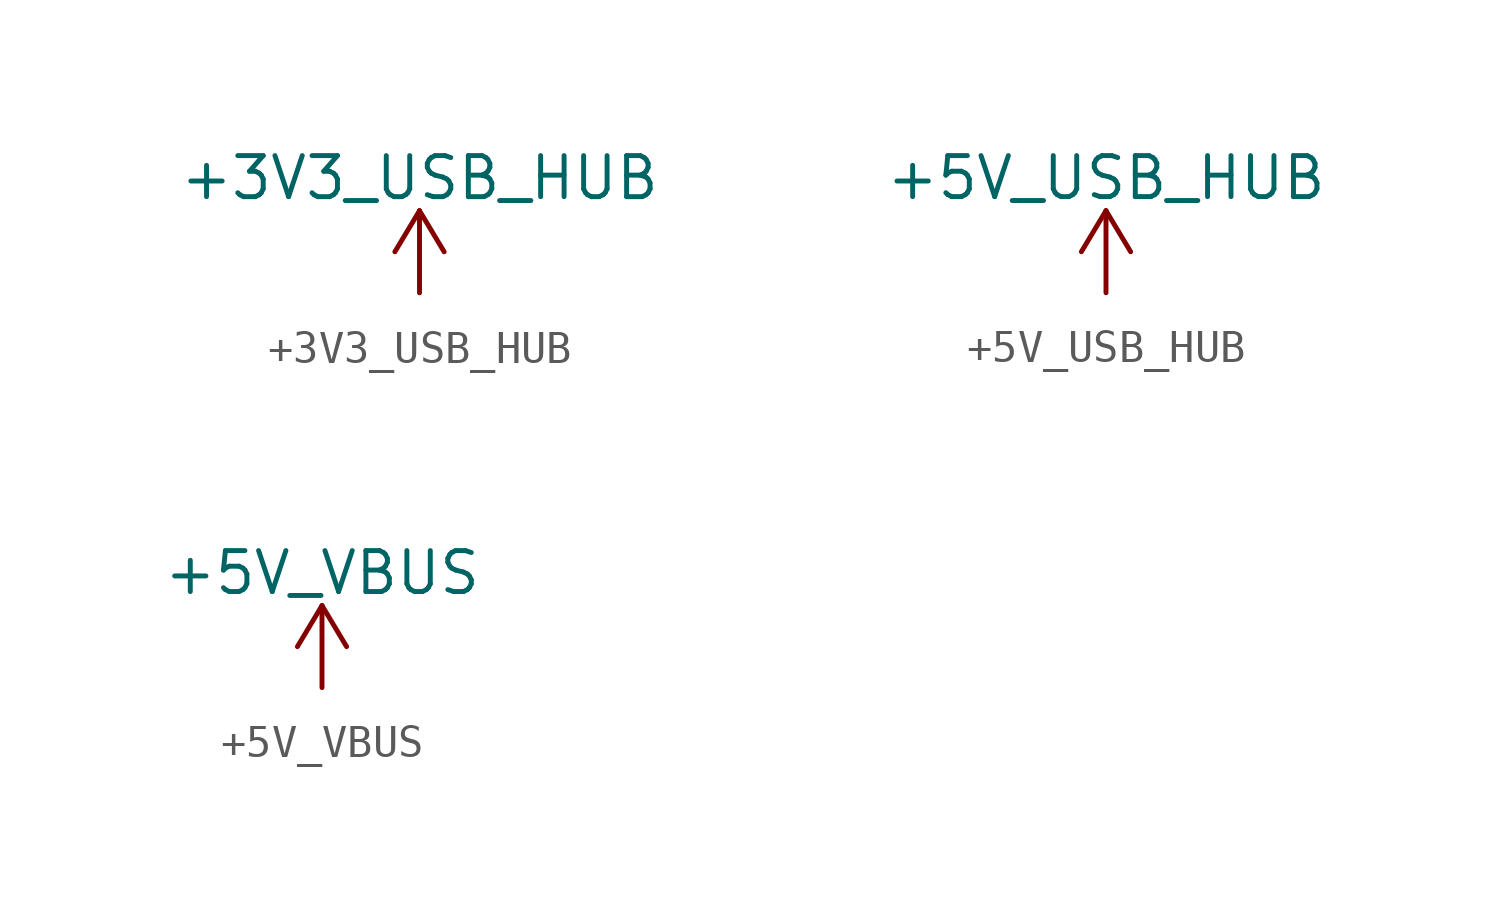
<source format=kicad_sym>
(kicad_symbol_lib
  (version 20211014)
  (generator kicad_symbol_editor)
  (symbol "+3V3_USB_HUB"
    (power)
    (pin_names
      (offset 0))
    (property "Reference" "#PWR"
      (at 0 -3.81 0)
      (effects (font (size 1.27 1.27)) hide))
    (property "Value" "+3V3_USB_HUB"
      (at 0 3.556 0)
      (effects (font (size 1.27 1.27))))
    (symbol "+3V3_USB_HUB_0_1"
      (polyline (pts (xy -0.762 1.27) (xy 0 2.54)) (stroke (width 0) (type default) (color 0 0 0 0)) (fill (type none)))
      (polyline (pts (xy 0 0) (xy 0 2.54)) (stroke (width 0) (type default) (color 0 0 0 0)) (fill (type none)))
      (polyline (pts (xy 0 2.54) (xy 0.762 1.27)) (stroke (width 0) (type default) (color 0 0 0 0)) (fill (type none))))
    (symbol "+3V3_USB_HUB_1_1"
      (pin power_in line (at 0 0 90) (length 0) hide (name "+5V_VBUS" (effects (font (size 1.27 1.27)))) (number "1" (effects (font (size 1.27 1.27)))))))
  (symbol "+5V_USB_HUB"
    (power)
    (pin_names
      (offset 0))
    (property "Reference" "#PWR"
      (at 0 -3.81 0)
      (effects (font (size 1.27 1.27)) hide))
    (property "Value" "+5V_USB_HUB"
      (at 0 3.556 0)
      (effects (font (size 1.27 1.27))))
    (symbol "+5V_USB_HUB_0_1"
      (polyline (pts (xy -0.762 1.27) (xy 0 2.54)) (stroke (width 0) (type default) (color 0 0 0 0)) (fill (type none)))
      (polyline (pts (xy 0 0) (xy 0 2.54)) (stroke (width 0) (type default) (color 0 0 0 0)) (fill (type none)))
      (polyline (pts (xy 0 2.54) (xy 0.762 1.27)) (stroke (width 0) (type default) (color 0 0 0 0)) (fill (type none))))
    (symbol "+5V_USB_HUB_1_1"
      (pin power_in line (at 0 0 90) (length 0) hide (name "+5V_VBUS" (effects (font (size 1.27 1.27)))) (number "1" (effects (font (size 1.27 1.27)))))))
  (symbol "+5V_VBUS"
    (power)
    (pin_names
      (offset 0))
    (property "Reference" "#PWR"
      (at 0 -3.81 0)
      (effects (font (size 1.27 1.27)) hide))
    (property "Value" "+5V_VBUS"
      (at 0 3.556 0)
      (effects (font (size 1.27 1.27))))
    (symbol "+5V_VBUS_0_1"
      (polyline (pts (xy -0.762 1.27) (xy 0 2.54)) (stroke (width 0) (type default) (color 0 0 0 0)) (fill (type none)))
      (polyline (pts (xy 0 0) (xy 0 2.54)) (stroke (width 0) (type default) (color 0 0 0 0)) (fill (type none)))
      (polyline (pts (xy 0 2.54) (xy 0.762 1.27)) (stroke (width 0) (type default) (color 0 0 0 0)) (fill (type none))))
    (symbol "+5V_VBUS_1_1"
      (pin power_in line (at 0 0 90) (length 0) hide (name "+5V_VBUS" (effects (font (size 1.27 1.27)))) (number "1" (effects (font (size 1.27 1.27))))))))
</source>
